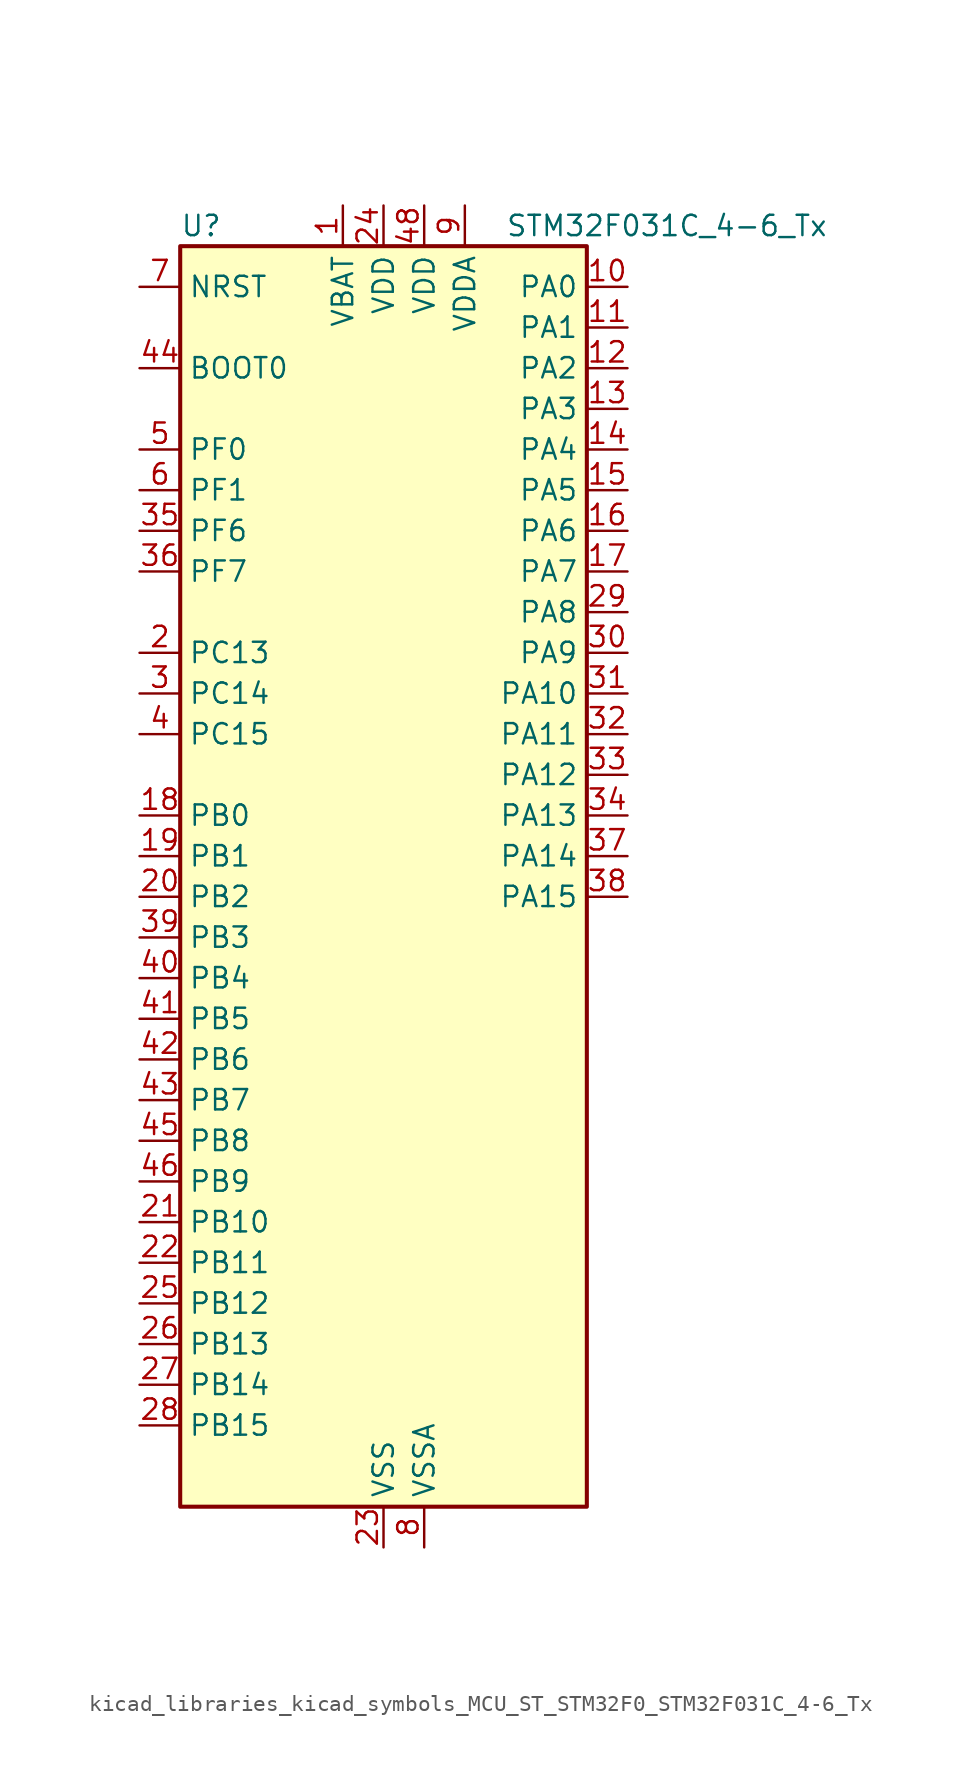
<source format=kicad_sym>
(kicad_symbol_lib
  (version 20220914)
  (generator kicad_symbol_editor)
  (symbol "kicad_libraries_kicad_symbols_MCU_ST_STM32F0_STM32F031C_4-6_Tx"
    (property "Reference" "U"
      (at -12.7 41.91 0)
      (effects (font (size 1.27 1.27)) (justify left)))
    (property "Value" "STM32F031C_4-6_Tx"
      (at 7.62 41.91 0)
      (effects (font (size 1.27 1.27)) (justify left)))
    (property "ki_locked" ""
      (at 0 0 0)
      (effects (font (size 1.27 1.27))))
    (symbol "kicad_libraries_kicad_symbols_MCU_ST_STM32F0_STM32F031C_4-6_Tx_0_1"
      (rectangle (start -12.7 -38.1) (end 12.7 40.64) (stroke (width 0.254) (type default)) (fill (type background))))
    (symbol "kicad_libraries_kicad_symbols_MCU_ST_STM32F0_STM32F031C_4-6_Tx_1_1"
      (pin power_in line (at -2.54 43.18 270) (length 2.54) (name "VBAT" (effects (font (size 1.27 1.27)))) (number "1" (effects (font (size 1.27 1.27)))))
      (pin bidirectional line (at 15.24 38.1 180) (length 2.54) (name "PA0" (effects (font (size 1.27 1.27)))) (number "10" (effects (font (size 1.27 1.27)))) (alternate "ADC_IN0" bidirectional line) (alternate "RTC_TAMP2" bidirectional line) (alternate "SYS_WKUP1" bidirectional line) (alternate "TIM2_CH1" bidirectional line) (alternate "TIM2_ETR" bidirectional line) (alternate "USART1_CTS" bidirectional line))
      (pin bidirectional line (at 15.24 35.56 180) (length 2.54) (name "PA1" (effects (font (size 1.27 1.27)))) (number "11" (effects (font (size 1.27 1.27)))) (alternate "ADC_IN1" bidirectional line) (alternate "TIM2_CH2" bidirectional line) (alternate "USART1_DE" bidirectional line) (alternate "USART1_RTS" bidirectional line))
      (pin bidirectional line (at 15.24 33.02 180) (length 2.54) (name "PA2" (effects (font (size 1.27 1.27)))) (number "12" (effects (font (size 1.27 1.27)))) (alternate "ADC_IN2" bidirectional line) (alternate "TIM2_CH3" bidirectional line) (alternate "USART1_TX" bidirectional line))
      (pin bidirectional line (at 15.24 30.48 180) (length 2.54) (name "PA3" (effects (font (size 1.27 1.27)))) (number "13" (effects (font (size 1.27 1.27)))) (alternate "ADC_IN3" bidirectional line) (alternate "TIM2_CH4" bidirectional line) (alternate "USART1_RX" bidirectional line))
      (pin bidirectional line (at 15.24 27.94 180) (length 2.54) (name "PA4" (effects (font (size 1.27 1.27)))) (number "14" (effects (font (size 1.27 1.27)))) (alternate "ADC_IN4" bidirectional line) (alternate "I2S1_WS" bidirectional line) (alternate "SPI1_NSS" bidirectional line) (alternate "TIM14_CH1" bidirectional line) (alternate "USART1_CK" bidirectional line))
      (pin bidirectional line (at 15.24 25.4 180) (length 2.54) (name "PA5" (effects (font (size 1.27 1.27)))) (number "15" (effects (font (size 1.27 1.27)))) (alternate "ADC_IN5" bidirectional line) (alternate "I2S1_CK" bidirectional line) (alternate "SPI1_SCK" bidirectional line) (alternate "TIM2_CH1" bidirectional line) (alternate "TIM2_ETR" bidirectional line))
      (pin bidirectional line (at 15.24 22.86 180) (length 2.54) (name "PA6" (effects (font (size 1.27 1.27)))) (number "16" (effects (font (size 1.27 1.27)))) (alternate "ADC_IN6" bidirectional line) (alternate "I2S1_MCK" bidirectional line) (alternate "SPI1_MISO" bidirectional line) (alternate "TIM16_CH1" bidirectional line) (alternate "TIM1_BKIN" bidirectional line) (alternate "TIM3_CH1" bidirectional line))
      (pin bidirectional line (at 15.24 20.32 180) (length 2.54) (name "PA7" (effects (font (size 1.27 1.27)))) (number "17" (effects (font (size 1.27 1.27)))) (alternate "ADC_IN7" bidirectional line) (alternate "I2S1_SD" bidirectional line) (alternate "SPI1_MOSI" bidirectional line) (alternate "TIM14_CH1" bidirectional line) (alternate "TIM17_CH1" bidirectional line) (alternate "TIM1_CH1N" bidirectional line) (alternate "TIM3_CH2" bidirectional line))
      (pin bidirectional line (at -15.24 5.08 0) (length 2.54) (name "PB0" (effects (font (size 1.27 1.27)))) (number "18" (effects (font (size 1.27 1.27)))) (alternate "ADC_IN8" bidirectional line) (alternate "TIM1_CH2N" bidirectional line) (alternate "TIM3_CH3" bidirectional line))
      (pin bidirectional line (at -15.24 2.54 0) (length 2.54) (name "PB1" (effects (font (size 1.27 1.27)))) (number "19" (effects (font (size 1.27 1.27)))) (alternate "ADC_IN9" bidirectional line) (alternate "TIM14_CH1" bidirectional line) (alternate "TIM1_CH3N" bidirectional line) (alternate "TIM3_CH4" bidirectional line))
      (pin bidirectional line (at -15.24 15.24 0) (length 2.54) (name "PC13" (effects (font (size 1.27 1.27)))) (number "2" (effects (font (size 1.27 1.27)))) (alternate "RTC_OUT_ALARM" bidirectional line) (alternate "RTC_OUT_CALIB" bidirectional line) (alternate "RTC_TAMP1" bidirectional line) (alternate "RTC_TS" bidirectional line) (alternate "SYS_WKUP2" bidirectional line))
      (pin bidirectional line (at -15.24 0 0) (length 2.54) (name "PB2" (effects (font (size 1.27 1.27)))) (number "20" (effects (font (size 1.27 1.27)))))
      (pin bidirectional line (at -15.24 -20.32 0) (length 2.54) (name "PB10" (effects (font (size 1.27 1.27)))) (number "21" (effects (font (size 1.27 1.27)))) (alternate "I2C1_SCL" bidirectional line) (alternate "TIM2_CH3" bidirectional line))
      (pin bidirectional line (at -15.24 -22.86 0) (length 2.54) (name "PB11" (effects (font (size 1.27 1.27)))) (number "22" (effects (font (size 1.27 1.27)))) (alternate "I2C1_SDA" bidirectional line) (alternate "TIM2_CH4" bidirectional line))
      (pin power_in line (at 0 -40.64 90) (length 2.54) (name "VSS" (effects (font (size 1.27 1.27)))) (number "23" (effects (font (size 1.27 1.27)))))
      (pin power_in line (at 0 43.18 270) (length 2.54) (name "VDD" (effects (font (size 1.27 1.27)))) (number "24" (effects (font (size 1.27 1.27)))))
      (pin bidirectional line (at -15.24 -25.4 0) (length 2.54) (name "PB12" (effects (font (size 1.27 1.27)))) (number "25" (effects (font (size 1.27 1.27)))) (alternate "SPI1_NSS" bidirectional line) (alternate "TIM1_BKIN" bidirectional line))
      (pin bidirectional line (at -15.24 -27.94 0) (length 2.54) (name "PB13" (effects (font (size 1.27 1.27)))) (number "26" (effects (font (size 1.27 1.27)))) (alternate "SPI1_SCK" bidirectional line) (alternate "TIM1_CH1N" bidirectional line))
      (pin bidirectional line (at -15.24 -30.48 0) (length 2.54) (name "PB14" (effects (font (size 1.27 1.27)))) (number "27" (effects (font (size 1.27 1.27)))) (alternate "SPI1_MISO" bidirectional line) (alternate "TIM1_CH2N" bidirectional line))
      (pin bidirectional line (at -15.24 -33.02 0) (length 2.54) (name "PB15" (effects (font (size 1.27 1.27)))) (number "28" (effects (font (size 1.27 1.27)))) (alternate "RTC_REFIN" bidirectional line) (alternate "SPI1_MOSI" bidirectional line) (alternate "TIM1_CH3N" bidirectional line))
      (pin bidirectional line (at 15.24 17.78 180) (length 2.54) (name "PA8" (effects (font (size 1.27 1.27)))) (number "29" (effects (font (size 1.27 1.27)))) (alternate "RCC_MCO" bidirectional line) (alternate "TIM1_CH1" bidirectional line) (alternate "USART1_CK" bidirectional line))
      (pin bidirectional line (at -15.24 12.7 0) (length 2.54) (name "PC14" (effects (font (size 1.27 1.27)))) (number "3" (effects (font (size 1.27 1.27)))) (alternate "RCC_OSC32_IN" bidirectional line))
      (pin bidirectional line (at 15.24 15.24 180) (length 2.54) (name "PA9" (effects (font (size 1.27 1.27)))) (number "30" (effects (font (size 1.27 1.27)))) (alternate "I2C1_SCL" bidirectional line) (alternate "TIM1_CH2" bidirectional line) (alternate "USART1_TX" bidirectional line))
      (pin bidirectional line (at 15.24 12.7 180) (length 2.54) (name "PA10" (effects (font (size 1.27 1.27)))) (number "31" (effects (font (size 1.27 1.27)))) (alternate "I2C1_SDA" bidirectional line) (alternate "TIM17_BKIN" bidirectional line) (alternate "TIM1_CH3" bidirectional line) (alternate "USART1_RX" bidirectional line))
      (pin bidirectional line (at 15.24 10.16 180) (length 2.54) (name "PA11" (effects (font (size 1.27 1.27)))) (number "32" (effects (font (size 1.27 1.27)))) (alternate "TIM1_CH4" bidirectional line) (alternate "USART1_CTS" bidirectional line))
      (pin bidirectional line (at 15.24 7.62 180) (length 2.54) (name "PA12" (effects (font (size 1.27 1.27)))) (number "33" (effects (font (size 1.27 1.27)))) (alternate "TIM1_ETR" bidirectional line) (alternate "USART1_DE" bidirectional line) (alternate "USART1_RTS" bidirectional line))
      (pin bidirectional line (at 15.24 5.08 180) (length 2.54) (name "PA13" (effects (font (size 1.27 1.27)))) (number "34" (effects (font (size 1.27 1.27)))) (alternate "IR_OUT" bidirectional line) (alternate "SYS_SWDIO" bidirectional line))
      (pin bidirectional line (at -15.24 22.86 0) (length 2.54) (name "PF6" (effects (font (size 1.27 1.27)))) (number "35" (effects (font (size 1.27 1.27)))) (alternate "I2C1_SCL" bidirectional line))
      (pin bidirectional line (at -15.24 20.32 0) (length 2.54) (name "PF7" (effects (font (size 1.27 1.27)))) (number "36" (effects (font (size 1.27 1.27)))) (alternate "I2C1_SDA" bidirectional line))
      (pin bidirectional line (at 15.24 2.54 180) (length 2.54) (name "PA14" (effects (font (size 1.27 1.27)))) (number "37" (effects (font (size 1.27 1.27)))) (alternate "SYS_SWCLK" bidirectional line) (alternate "USART1_TX" bidirectional line))
      (pin bidirectional line (at 15.24 0 180) (length 2.54) (name "PA15" (effects (font (size 1.27 1.27)))) (number "38" (effects (font (size 1.27 1.27)))) (alternate "I2S1_WS" bidirectional line) (alternate "SPI1_NSS" bidirectional line) (alternate "TIM2_CH1" bidirectional line) (alternate "TIM2_ETR" bidirectional line) (alternate "USART1_RX" bidirectional line))
      (pin bidirectional line (at -15.24 -2.54 0) (length 2.54) (name "PB3" (effects (font (size 1.27 1.27)))) (number "39" (effects (font (size 1.27 1.27)))) (alternate "I2S1_CK" bidirectional line) (alternate "SPI1_SCK" bidirectional line) (alternate "TIM2_CH2" bidirectional line))
      (pin bidirectional line (at -15.24 10.16 0) (length 2.54) (name "PC15" (effects (font (size 1.27 1.27)))) (number "4" (effects (font (size 1.27 1.27)))) (alternate "RCC_OSC32_OUT" bidirectional line))
      (pin bidirectional line (at -15.24 -5.08 0) (length 2.54) (name "PB4" (effects (font (size 1.27 1.27)))) (number "40" (effects (font (size 1.27 1.27)))) (alternate "I2S1_MCK" bidirectional line) (alternate "SPI1_MISO" bidirectional line) (alternate "TIM3_CH1" bidirectional line))
      (pin bidirectional line (at -15.24 -7.62 0) (length 2.54) (name "PB5" (effects (font (size 1.27 1.27)))) (number "41" (effects (font (size 1.27 1.27)))) (alternate "I2C1_SMBA" bidirectional line) (alternate "I2S1_SD" bidirectional line) (alternate "SPI1_MOSI" bidirectional line) (alternate "TIM16_BKIN" bidirectional line) (alternate "TIM3_CH2" bidirectional line))
      (pin bidirectional line (at -15.24 -10.16 0) (length 2.54) (name "PB6" (effects (font (size 1.27 1.27)))) (number "42" (effects (font (size 1.27 1.27)))) (alternate "I2C1_SCL" bidirectional line) (alternate "TIM16_CH1N" bidirectional line) (alternate "USART1_TX" bidirectional line))
      (pin bidirectional line (at -15.24 -12.7 0) (length 2.54) (name "PB7" (effects (font (size 1.27 1.27)))) (number "43" (effects (font (size 1.27 1.27)))) (alternate "I2C1_SDA" bidirectional line) (alternate "TIM17_CH1N" bidirectional line) (alternate "USART1_RX" bidirectional line))
      (pin input line (at -15.24 33.02 0) (length 2.54) (name "BOOT0" (effects (font (size 1.27 1.27)))) (number "44" (effects (font (size 1.27 1.27)))))
      (pin bidirectional line (at -15.24 -15.24 0) (length 2.54) (name "PB8" (effects (font (size 1.27 1.27)))) (number "45" (effects (font (size 1.27 1.27)))) (alternate "I2C1_SCL" bidirectional line) (alternate "TIM16_CH1" bidirectional line))
      (pin bidirectional line (at -15.24 -17.78 0) (length 2.54) (name "PB9" (effects (font (size 1.27 1.27)))) (number "46" (effects (font (size 1.27 1.27)))) (alternate "I2C1_SDA" bidirectional line) (alternate "IR_OUT" bidirectional line) (alternate "TIM17_CH1" bidirectional line))
      (pin passive line (at 0 -40.64 90) (length 2.54) hide (name "VSS" (effects (font (size 1.27 1.27)))) (number "47" (effects (font (size 1.27 1.27)))))
      (pin power_in line (at 2.54 43.18 270) (length 2.54) (name "VDD" (effects (font (size 1.27 1.27)))) (number "48" (effects (font (size 1.27 1.27)))))
      (pin bidirectional line (at -15.24 27.94 0) (length 2.54) (name "PF0" (effects (font (size 1.27 1.27)))) (number "5" (effects (font (size 1.27 1.27)))) (alternate "RCC_OSC_IN" bidirectional line))
      (pin bidirectional line (at -15.24 25.4 0) (length 2.54) (name "PF1" (effects (font (size 1.27 1.27)))) (number "6" (effects (font (size 1.27 1.27)))) (alternate "RCC_OSC_OUT" bidirectional line))
      (pin input line (at -15.24 38.1 0) (length 2.54) (name "NRST" (effects (font (size 1.27 1.27)))) (number "7" (effects (font (size 1.27 1.27)))))
      (pin power_in line (at 2.54 -40.64 90) (length 2.54) (name "VSSA" (effects (font (size 1.27 1.27)))) (number "8" (effects (font (size 1.27 1.27)))))
      (pin power_in line (at 5.08 43.18 270) (length 2.54) (name "VDDA" (effects (font (size 1.27 1.27)))) (number "9" (effects (font (size 1.27 1.27))))))))
</source>
